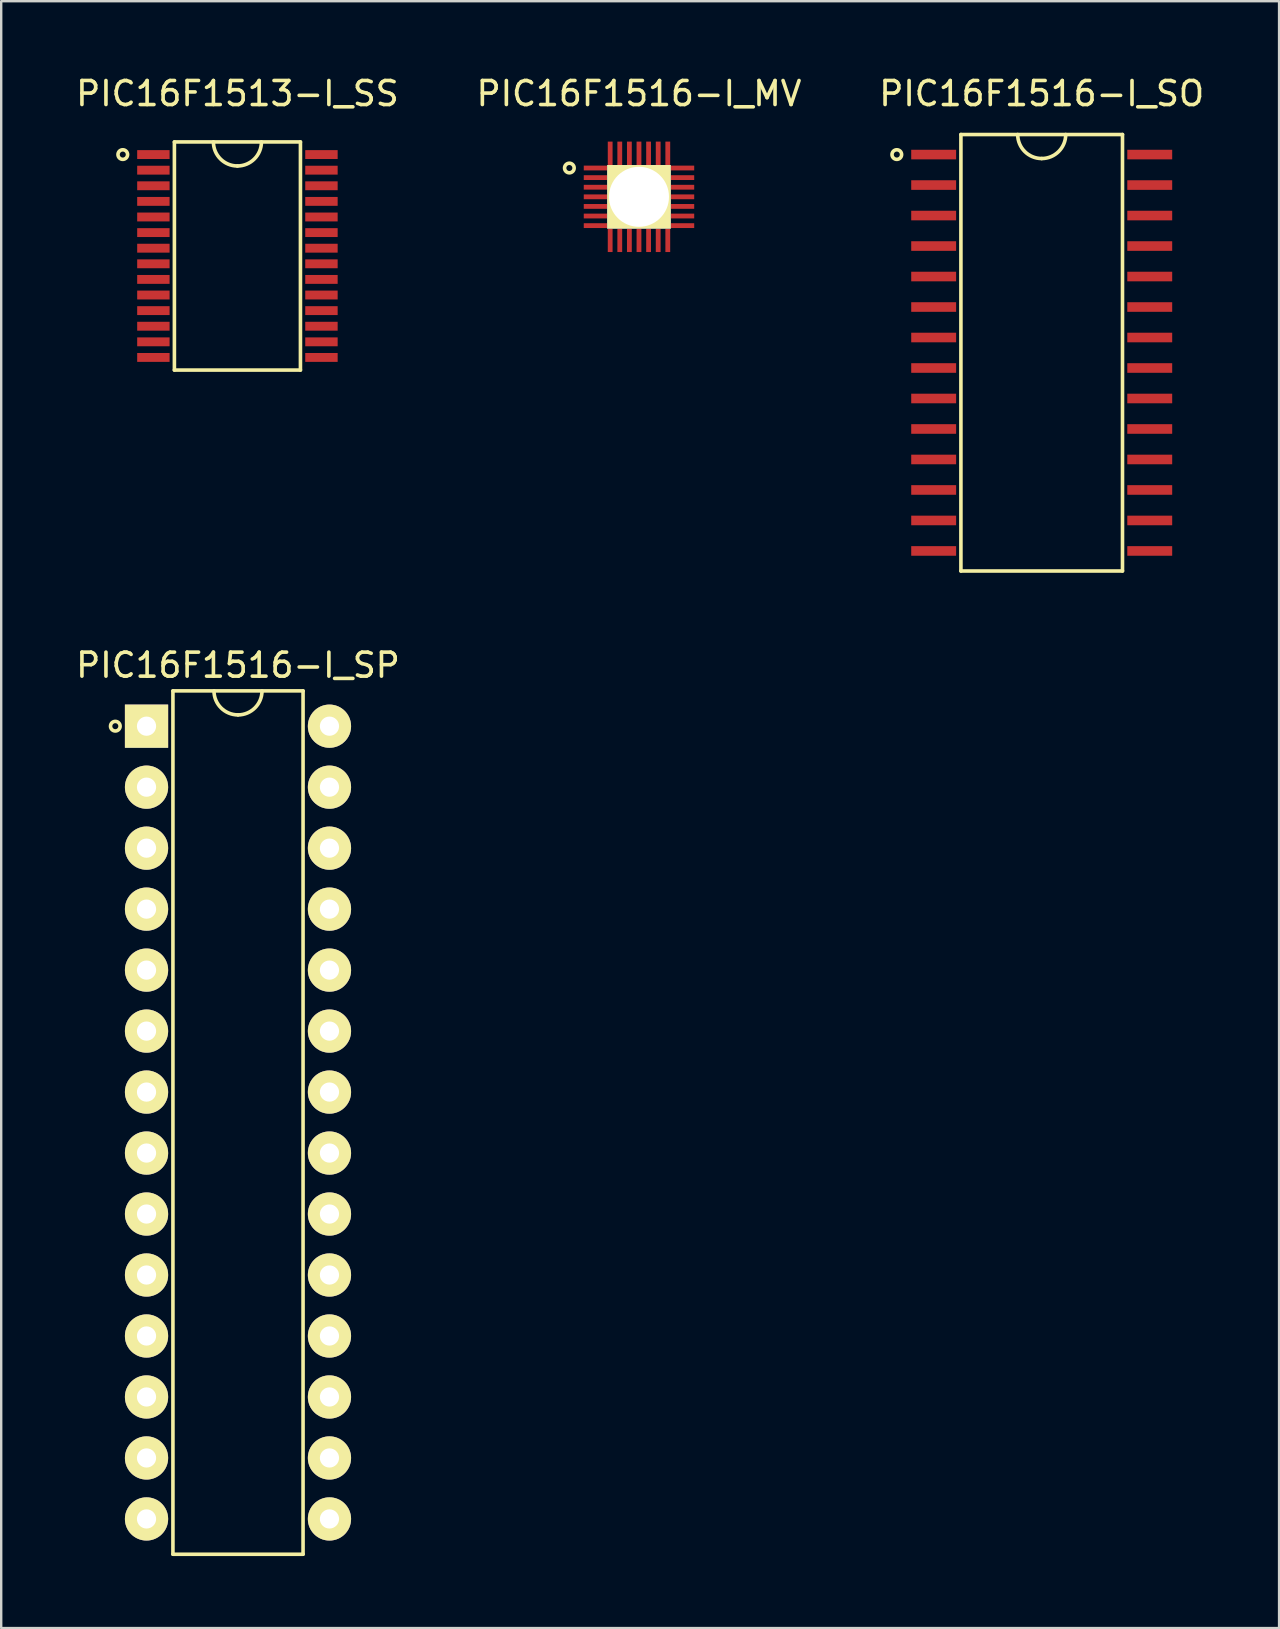
<source format=kicad_pcb>
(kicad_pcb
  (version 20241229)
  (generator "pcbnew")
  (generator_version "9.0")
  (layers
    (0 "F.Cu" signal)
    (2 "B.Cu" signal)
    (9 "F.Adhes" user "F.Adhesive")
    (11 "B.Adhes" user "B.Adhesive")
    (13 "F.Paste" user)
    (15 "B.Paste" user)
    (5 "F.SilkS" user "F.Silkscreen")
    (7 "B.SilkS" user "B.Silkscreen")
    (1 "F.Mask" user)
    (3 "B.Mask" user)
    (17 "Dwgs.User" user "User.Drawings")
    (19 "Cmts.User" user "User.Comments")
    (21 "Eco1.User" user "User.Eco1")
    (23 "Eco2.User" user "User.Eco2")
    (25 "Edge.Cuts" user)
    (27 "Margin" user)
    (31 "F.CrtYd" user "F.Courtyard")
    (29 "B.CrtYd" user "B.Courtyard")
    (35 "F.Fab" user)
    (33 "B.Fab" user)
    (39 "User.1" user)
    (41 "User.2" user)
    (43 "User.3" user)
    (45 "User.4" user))
  (footprint "PIC16F1513-I_SS"
    (layer "F.Cu")
    (at 3.339 3.388)
    (property "Reference" "PIC16F1513-I_SS" (at 3.5 -2.54 0) (layer "F.SilkS") (effects (font (size 1 1) (thickness 0.15))))
    (attr through_hole)
    (fp_line (start 0.875 -0.525) (end 6.125 -0.525) (stroke (width 0.15) (type solid)) (layer "F.SilkS"))
    (fp_line (start 0.875 8.975) (end 0.875 -0.525) (stroke (width 0.15) (type solid)) (layer "F.SilkS"))
    (fp_line (start 6.125 -0.525) (end 6.125 8.975) (stroke (width 0.15) (type solid)) (layer "F.SilkS"))
    (fp_line (start 6.125 8.975) (end 0.875 8.975) (stroke (width 0.15) (type solid)) (layer "F.SilkS"))
    (fp_arc (start 3.5 0.475) (mid 2.792893 0.182107) (end 2.5 -0.525) (stroke (width 0.15) (type solid)) (layer "F.SilkS"))
    (fp_arc (start 4.5 -0.525) (mid 4.207107 0.182107) (end 3.5 0.475) (stroke (width 0.15) (type solid)) (layer "F.SilkS"))
    (fp_circle (center -1.275 0) (end -1.275 0.2) (stroke (width 0.15) (type solid)) (fill no) (layer "F.SilkS"))
    (pad "1" smd rect (at 0 0) (size 1.35 0.37) (layers "F.Cu" "F.Mask" "F.Paste"))
    (pad "2" smd rect (at 0 0.65) (size 1.35 0.37) (layers "F.Cu" "F.Mask" "F.Paste"))
    (pad "3" smd rect (at 0 1.3) (size 1.35 0.37) (layers "F.Cu" "F.Mask" "F.Paste"))
    (pad "4" smd rect (at 0 1.95) (size 1.35 0.37) (layers "F.Cu" "F.Mask" "F.Paste"))
    (pad "5" smd rect (at 0 2.6) (size 1.35 0.37) (layers "F.Cu" "F.Mask" "F.Paste"))
    (pad "6" smd rect (at 0 3.25) (size 1.35 0.37) (layers "F.Cu" "F.Mask" "F.Paste"))
    (pad "7" smd rect (at 0 3.9) (size 1.35 0.37) (layers "F.Cu" "F.Mask" "F.Paste"))
    (pad "8" smd rect (at 0 4.55) (size 1.35 0.37) (layers "F.Cu" "F.Mask" "F.Paste"))
    (pad "9" smd rect (at 0 5.2) (size 1.35 0.37) (layers "F.Cu" "F.Mask" "F.Paste"))
    (pad "10" smd rect (at 0 5.85) (size 1.35 0.37) (layers "F.Cu" "F.Mask" "F.Paste"))
    (pad "11" smd rect (at 0 6.5) (size 1.35 0.37) (layers "F.Cu" "F.Mask" "F.Paste"))
    (pad "12" smd rect (at 0 7.15) (size 1.35 0.37) (layers "F.Cu" "F.Mask" "F.Paste"))
    (pad "13" smd rect (at 0 7.8) (size 1.35 0.37) (layers "F.Cu" "F.Mask" "F.Paste"))
    (pad "14" smd rect (at 0 8.45) (size 1.35 0.37) (layers "F.Cu" "F.Mask" "F.Paste"))
    (pad "15" smd rect (at 7 8.45) (size 1.35 0.37) (layers "F.Cu" "F.Mask" "F.Paste"))
    (pad "16" smd rect (at 7 7.8) (size 1.35 0.37) (layers "F.Cu" "F.Mask" "F.Paste"))
    (pad "17" smd rect (at 7 7.15) (size 1.35 0.37) (layers "F.Cu" "F.Mask" "F.Paste"))
    (pad "18" smd rect (at 7 6.5) (size 1.35 0.37) (layers "F.Cu" "F.Mask" "F.Paste"))
    (pad "19" smd rect (at 7 5.85) (size 1.35 0.37) (layers "F.Cu" "F.Mask" "F.Paste"))
    (pad "20" smd rect (at 7 5.2) (size 1.35 0.37) (layers "F.Cu" "F.Mask" "F.Paste"))
    (pad "21" smd rect (at 7 4.55) (size 1.35 0.37) (layers "F.Cu" "F.Mask" "F.Paste"))
    (pad "22" smd rect (at 7 3.9) (size 1.35 0.37) (layers "F.Cu" "F.Mask" "F.Paste"))
    (pad "23" smd rect (at 7 3.25) (size 1.35 0.37) (layers "F.Cu" "F.Mask" "F.Paste"))
    (pad "24" smd rect (at 7 2.6) (size 1.35 0.37) (layers "F.Cu" "F.Mask" "F.Paste"))
    (pad "25" smd rect (at 7 1.95) (size 1.35 0.37) (layers "F.Cu" "F.Mask" "F.Paste"))
    (pad "26" smd rect (at 7 1.3) (size 1.35 0.37) (layers "F.Cu" "F.Mask" "F.Paste"))
    (pad "27" smd rect (at 7 0.65) (size 1.35 0.37) (layers "F.Cu" "F.Mask" "F.Paste"))
    (pad "28" smd rect (at 7 0) (size 1.35 0.37) (layers "F.Cu" "F.Mask" "F.Paste")))
  (footprint "PIC16F1516-I_SP"
    (layer "F.Cu")
    (at 3.053 27.197)
    (property "Reference" "PIC16F1516-I_SP" (at 3.81 -2.54 0) (layer "F.SilkS") (effects (font (size 1 1) (thickness 0.15))))
    (attr through_hole)
    (fp_line (start 1.1 -1.47) (end 6.52 -1.47) (stroke (width 0.15) (type solid)) (layer "F.SilkS"))
    (fp_line (start 1.1 34.49) (end 1.1 -1.47) (stroke (width 0.15) (type solid)) (layer "F.SilkS"))
    (fp_line (start 6.52 -1.47) (end 6.52 34.49) (stroke (width 0.15) (type solid)) (layer "F.SilkS"))
    (fp_line (start 6.52 34.49) (end 1.1 34.49) (stroke (width 0.15) (type solid)) (layer "F.SilkS"))
    (fp_arc (start 3.81 -0.47) (mid 3.102893 -0.762893) (end 2.81 -1.47) (stroke (width 0.15) (type solid)) (layer "F.SilkS"))
    (fp_arc (start 4.81 -1.47) (mid 4.517107 -0.762893) (end 3.81 -0.47) (stroke (width 0.15) (type solid)) (layer "F.SilkS"))
    (fp_circle (center -1.3 0) (end -1.3 0.2) (stroke (width 0.15) (type solid)) (fill no) (layer "F.SilkS"))
    (pad "1" thru_hole rect (at 0 0) (size 1.8 1.8) (drill 0.8) (layers "*.Cu" "*.Mask" "F.SilkS"))
    (pad "2" thru_hole circle (at 0 2.54) (size 1.8 1.8) (drill 0.8) (layers "*.Cu" "*.Mask" "F.SilkS"))
    (pad "3" thru_hole circle (at 0 5.08) (size 1.8 1.8) (drill 0.8) (layers "*.Cu" "*.Mask" "F.SilkS"))
    (pad "4" thru_hole circle (at 0 7.62) (size 1.8 1.8) (drill 0.8) (layers "*.Cu" "*.Mask" "F.SilkS"))
    (pad "5" thru_hole circle (at 0 10.16) (size 1.8 1.8) (drill 0.8) (layers "*.Cu" "*.Mask" "F.SilkS"))
    (pad "6" thru_hole circle (at 0 12.7) (size 1.8 1.8) (drill 0.8) (layers "*.Cu" "*.Mask" "F.SilkS"))
    (pad "7" thru_hole circle (at 0 15.24) (size 1.8 1.8) (drill 0.8) (layers "*.Cu" "*.Mask" "F.SilkS"))
    (pad "8" thru_hole circle (at 0 17.78) (size 1.8 1.8) (drill 0.8) (layers "*.Cu" "*.Mask" "F.SilkS"))
    (pad "9" thru_hole circle (at 0 20.32) (size 1.8 1.8) (drill 0.8) (layers "*.Cu" "*.Mask" "F.SilkS"))
    (pad "10" thru_hole circle (at 0 22.86) (size 1.8 1.8) (drill 0.8) (layers "*.Cu" "*.Mask" "F.SilkS"))
    (pad "11" thru_hole circle (at 0 25.4) (size 1.8 1.8) (drill 0.8) (layers "*.Cu" "*.Mask" "F.SilkS"))
    (pad "12" thru_hole circle (at 0 27.94) (size 1.8 1.8) (drill 0.8) (layers "*.Cu" "*.Mask" "F.SilkS"))
    (pad "13" thru_hole circle (at 0 30.48) (size 1.8 1.8) (drill 0.8) (layers "*.Cu" "*.Mask" "F.SilkS"))
    (pad "14" thru_hole circle (at 0 33.02) (size 1.8 1.8) (drill 0.8) (layers "*.Cu" "*.Mask" "F.SilkS"))
    (pad "15" thru_hole circle (at 7.62 33.02) (size 1.8 1.8) (drill 0.8) (layers "*.Cu" "*.Mask" "F.SilkS"))
    (pad "16" thru_hole circle (at 7.62 30.48) (size 1.8 1.8) (drill 0.8) (layers "*.Cu" "*.Mask" "F.SilkS"))
    (pad "17" thru_hole circle (at 7.62 27.94) (size 1.8 1.8) (drill 0.8) (layers "*.Cu" "*.Mask" "F.SilkS"))
    (pad "18" thru_hole circle (at 7.62 25.4) (size 1.8 1.8) (drill 0.8) (layers "*.Cu" "*.Mask" "F.SilkS"))
    (pad "19" thru_hole circle (at 7.62 22.86) (size 1.8 1.8) (drill 0.8) (layers "*.Cu" "*.Mask" "F.SilkS"))
    (pad "20" thru_hole circle (at 7.62 20.32) (size 1.8 1.8) (drill 0.8) (layers "*.Cu" "*.Mask" "F.SilkS"))
    (pad "21" thru_hole circle (at 7.62 17.78) (size 1.8 1.8) (drill 0.8) (layers "*.Cu" "*.Mask" "F.SilkS"))
    (pad "22" thru_hole circle (at 7.62 15.24) (size 1.8 1.8) (drill 0.8) (layers "*.Cu" "*.Mask" "F.SilkS"))
    (pad "23" thru_hole circle (at 7.62 12.7) (size 1.8 1.8) (drill 0.8) (layers "*.Cu" "*.Mask" "F.SilkS"))
    (pad "24" thru_hole circle (at 7.62 10.16) (size 1.8 1.8) (drill 0.8) (layers "*.Cu" "*.Mask" "F.SilkS"))
    (pad "25" thru_hole circle (at 7.62 7.62) (size 1.8 1.8) (drill 0.8) (layers "*.Cu" "*.Mask" "F.SilkS"))
    (pad "26" thru_hole circle (at 7.62 5.08) (size 1.8 1.8) (drill 0.8) (layers "*.Cu" "*.Mask" "F.SilkS"))
    (pad "27" thru_hole circle (at 7.62 2.54) (size 1.8 1.8) (drill 0.8) (layers "*.Cu" "*.Mask" "F.SilkS"))
    (pad "28" thru_hole circle (at 7.62 0) (size 1.8 1.8) (drill 0.8) (layers "*.Cu" "*.Mask" "F.SilkS")))
  (footprint "PIC16F1516-I_MV"
    (layer "F.Cu")
    (at 21.765 3.348)
    (property "Reference" "PIC16F1516-I_MV" (at 1.8 -2.5 0) (layer "F.SilkS") (effects (font (size 1 1) (thickness 0.15))))
    (attr through_hole)
    (fp_line (start 0.7 0.7) (end 0.7 2.9) (stroke (width 0.15) (type solid)) (layer "F.SilkS"))
    (fp_line (start 0.7 0.7) (end 2.9 0.7) (stroke (width 0.15) (type solid)) (layer "F.SilkS"))
    (fp_line (start 0.7 2.9) (end 2.9 2.9) (stroke (width 0.15) (type solid)) (layer "F.SilkS"))
    (fp_line (start 2.9 2.9) (end 2.9 0.7) (stroke (width 0.15) (type solid)) (layer "F.SilkS"))
    (fp_circle (center -1.1 0.6) (end -1.1 0.4) (stroke (width 0.15) (type solid)) (fill no) (layer "F.SilkS"))
    (fp_circle (center 1.7 1.7) (end 1.7 1.2) (stroke (width 0.15) (type solid)) (fill no) (layer "F.SilkS"))
    (pad "1" smd rect (at 0 0.6) (size 1 0.2) (layers "F.Cu" "F.Mask" "F.Paste"))
    (pad "2" smd rect (at 0 1) (size 1 0.2) (layers "F.Cu" "F.Mask" "F.Paste"))
    (pad "3" smd rect (at 0 1.4) (size 1 0.2) (layers "F.Cu" "F.Mask" "F.Paste"))
    (pad "4" smd rect (at 0 1.8) (size 1 0.2) (layers "F.Cu" "F.Mask" "F.Paste"))
    (pad "5" smd rect (at 0 2.2) (size 1 0.2) (layers "F.Cu" "F.Mask" "F.Paste"))
    (pad "6" smd rect (at 0 2.6) (size 1 0.2) (layers "F.Cu" "F.Mask" "F.Paste"))
    (pad "7" smd rect (at 0 3) (size 1 0.2) (layers "F.Cu" "F.Mask" "F.Paste"))
    (pad "8" smd rect (at 0.6 3.6) (size 0.2 1) (layers "F.Cu" "F.Mask" "F.Paste"))
    (pad "9" smd rect (at 1 3.6) (size 0.2 1) (layers "F.Cu" "F.Mask" "F.Paste"))
    (pad "10" smd rect (at 1.4 3.6) (size 0.2 1) (layers "F.Cu" "F.Mask" "F.Paste"))
    (pad "11" smd rect (at 1.8 3.6) (size 0.2 1) (layers "F.Cu" "F.Mask" "F.Paste"))
    (pad "12" smd rect (at 2.2 3.6) (size 0.2 1) (layers "F.Cu" "F.Mask" "F.Paste"))
    (pad "13" smd rect (at 2.6 3.6) (size 0.2 1) (layers "F.Cu" "F.Mask" "F.Paste"))
    (pad "14" smd rect (at 3 3.6) (size 0.2 1) (layers "F.Cu" "F.Mask" "F.Paste"))
    (pad "15" smd rect (at 3.6 3) (size 1 0.2) (layers "F.Cu" "F.Mask" "F.Paste"))
    (pad "16" smd rect (at 3.6 2.6) (size 1 0.2) (layers "F.Cu" "F.Mask" "F.Paste"))
    (pad "17" smd rect (at 3.6 2.2) (size 1 0.2) (layers "F.Cu" "F.Mask" "F.Paste"))
    (pad "18" smd rect (at 3.6 1.8) (size 1 0.2) (layers "F.Cu" "F.Mask" "F.Paste"))
    (pad "19" smd rect (at 3.6 1.4) (size 1 0.2) (layers "F.Cu" "F.Mask" "F.Paste"))
    (pad "20" smd rect (at 3.6 1) (size 1 0.2) (layers "F.Cu" "F.Mask" "F.Paste"))
    (pad "21" smd rect (at 3.6 0.6) (size 1 0.2) (layers "F.Cu" "F.Mask" "F.Paste"))
    (pad "22" smd rect (at 3 0) (size 0.2 1) (layers "F.Cu" "F.Mask" "F.Paste"))
    (pad "23" smd rect (at 2.6 0) (size 0.2 1) (layers "F.Cu" "F.Mask" "F.Paste"))
    (pad "24" smd rect (at 2.2 0) (size 0.2 1) (layers "F.Cu" "F.Mask" "F.Paste"))
    (pad "25" smd rect (at 1.8 0) (size 0.2 1) (layers "F.Cu" "F.Mask" "F.Paste"))
    (pad "26" smd rect (at 1.4 0) (size 0.2 1) (layers "F.Cu" "F.Mask" "F.Paste"))
    (pad "27" smd rect (at 1 0) (size 0.2 1) (layers "F.Cu" "F.Mask" "F.Paste"))
    (pad "28" smd rect (at 0.6 0) (size 0.2 1) (layers "F.Cu" "F.Mask" "F.Paste"))
    (pad "999" thru_hole rect (at 1.8 1.8) (size 2.65 2.65) (drill 2.5) (layers "*.Cu" "*.Mask" "F.SilkS")))
  (footprint "PIC16F1516-I_SO"
    (layer "F.Cu")
    (at 35.839 3.388)
    (property "Reference" "PIC16F1516-I_SO" (at 4.5 -2.54 0) (layer "F.SilkS") (effects (font (size 1 1) (thickness 0.15))))
    (attr through_hole)
    (fp_line (start 1.135 -0.835) (end 7.865 -0.835) (stroke (width 0.15) (type solid)) (layer "F.SilkS"))
    (fp_line (start 1.135 17.345) (end 1.135 -0.835) (stroke (width 0.15) (type solid)) (layer "F.SilkS"))
    (fp_line (start 7.865 -0.835) (end 7.865 17.345) (stroke (width 0.15) (type solid)) (layer "F.SilkS"))
    (fp_line (start 7.865 17.345) (end 1.135 17.345) (stroke (width 0.15) (type solid)) (layer "F.SilkS"))
    (fp_arc (start 4.5 0.165) (mid 3.792893 -0.127893) (end 3.5 -0.835) (stroke (width 0.15) (type solid)) (layer "F.SilkS"))
    (fp_arc (start 5.5 -0.835) (mid 5.207107 -0.127893) (end 4.5 0.165) (stroke (width 0.15) (type solid)) (layer "F.SilkS"))
    (fp_circle (center -1.535 0) (end -1.535 0.2) (stroke (width 0.15) (type solid)) (fill no) (layer "F.SilkS"))
    (pad "1" smd rect (at 0 0) (size 1.87 0.4) (layers "F.Cu" "F.Mask" "F.Paste"))
    (pad "2" smd rect (at 0 1.27) (size 1.87 0.4) (layers "F.Cu" "F.Mask" "F.Paste"))
    (pad "3" smd rect (at 0 2.54) (size 1.87 0.4) (layers "F.Cu" "F.Mask" "F.Paste"))
    (pad "4" smd rect (at 0 3.81) (size 1.87 0.4) (layers "F.Cu" "F.Mask" "F.Paste"))
    (pad "5" smd rect (at 0 5.08) (size 1.87 0.4) (layers "F.Cu" "F.Mask" "F.Paste"))
    (pad "6" smd rect (at 0 6.35) (size 1.87 0.4) (layers "F.Cu" "F.Mask" "F.Paste"))
    (pad "7" smd rect (at 0 7.62) (size 1.87 0.4) (layers "F.Cu" "F.Mask" "F.Paste"))
    (pad "8" smd rect (at 0 8.89) (size 1.87 0.4) (layers "F.Cu" "F.Mask" "F.Paste"))
    (pad "9" smd rect (at 0 10.16) (size 1.87 0.4) (layers "F.Cu" "F.Mask" "F.Paste"))
    (pad "10" smd rect (at 0 11.43) (size 1.87 0.4) (layers "F.Cu" "F.Mask" "F.Paste"))
    (pad "11" smd rect (at 0 12.7) (size 1.87 0.4) (layers "F.Cu" "F.Mask" "F.Paste"))
    (pad "12" smd rect (at 0 13.97) (size 1.87 0.4) (layers "F.Cu" "F.Mask" "F.Paste"))
    (pad "13" smd rect (at 0 15.24) (size 1.87 0.4) (layers "F.Cu" "F.Mask" "F.Paste"))
    (pad "14" smd rect (at 0 16.51) (size 1.87 0.4) (layers "F.Cu" "F.Mask" "F.Paste"))
    (pad "15" smd rect (at 9 16.51) (size 1.87 0.4) (layers "F.Cu" "F.Mask" "F.Paste"))
    (pad "16" smd rect (at 9 15.24) (size 1.87 0.4) (layers "F.Cu" "F.Mask" "F.Paste"))
    (pad "17" smd rect (at 9 13.97) (size 1.87 0.4) (layers "F.Cu" "F.Mask" "F.Paste"))
    (pad "18" smd rect (at 9 12.7) (size 1.87 0.4) (layers "F.Cu" "F.Mask" "F.Paste"))
    (pad "19" smd rect (at 9 11.43) (size 1.87 0.4) (layers "F.Cu" "F.Mask" "F.Paste"))
    (pad "20" smd rect (at 9 10.16) (size 1.87 0.4) (layers "F.Cu" "F.Mask" "F.Paste"))
    (pad "21" smd rect (at 9 8.89) (size 1.87 0.4) (layers "F.Cu" "F.Mask" "F.Paste"))
    (pad "22" smd rect (at 9 7.62) (size 1.87 0.4) (layers "F.Cu" "F.Mask" "F.Paste"))
    (pad "23" smd rect (at 9 6.35) (size 1.87 0.4) (layers "F.Cu" "F.Mask" "F.Paste"))
    (pad "24" smd rect (at 9 5.08) (size 1.87 0.4) (layers "F.Cu" "F.Mask" "F.Paste"))
    (pad "25" smd rect (at 9 3.81) (size 1.87 0.4) (layers "F.Cu" "F.Mask" "F.Paste"))
    (pad "26" smd rect (at 9 2.54) (size 1.87 0.4) (layers "F.Cu" "F.Mask" "F.Paste"))
    (pad "27" smd rect (at 9 1.27) (size 1.87 0.4) (layers "F.Cu" "F.Mask" "F.Paste"))
    (pad "28" smd rect (at 9 0) (size 1.87 0.4) (layers "F.Cu" "F.Mask" "F.Paste")))
  (gr_rect
    (start -3 -3)
    (end 50.226 64.761)
    (stroke (width 0.1) (type default))
    (fill no)
    (layer "Edge.Cuts")))
</source>
